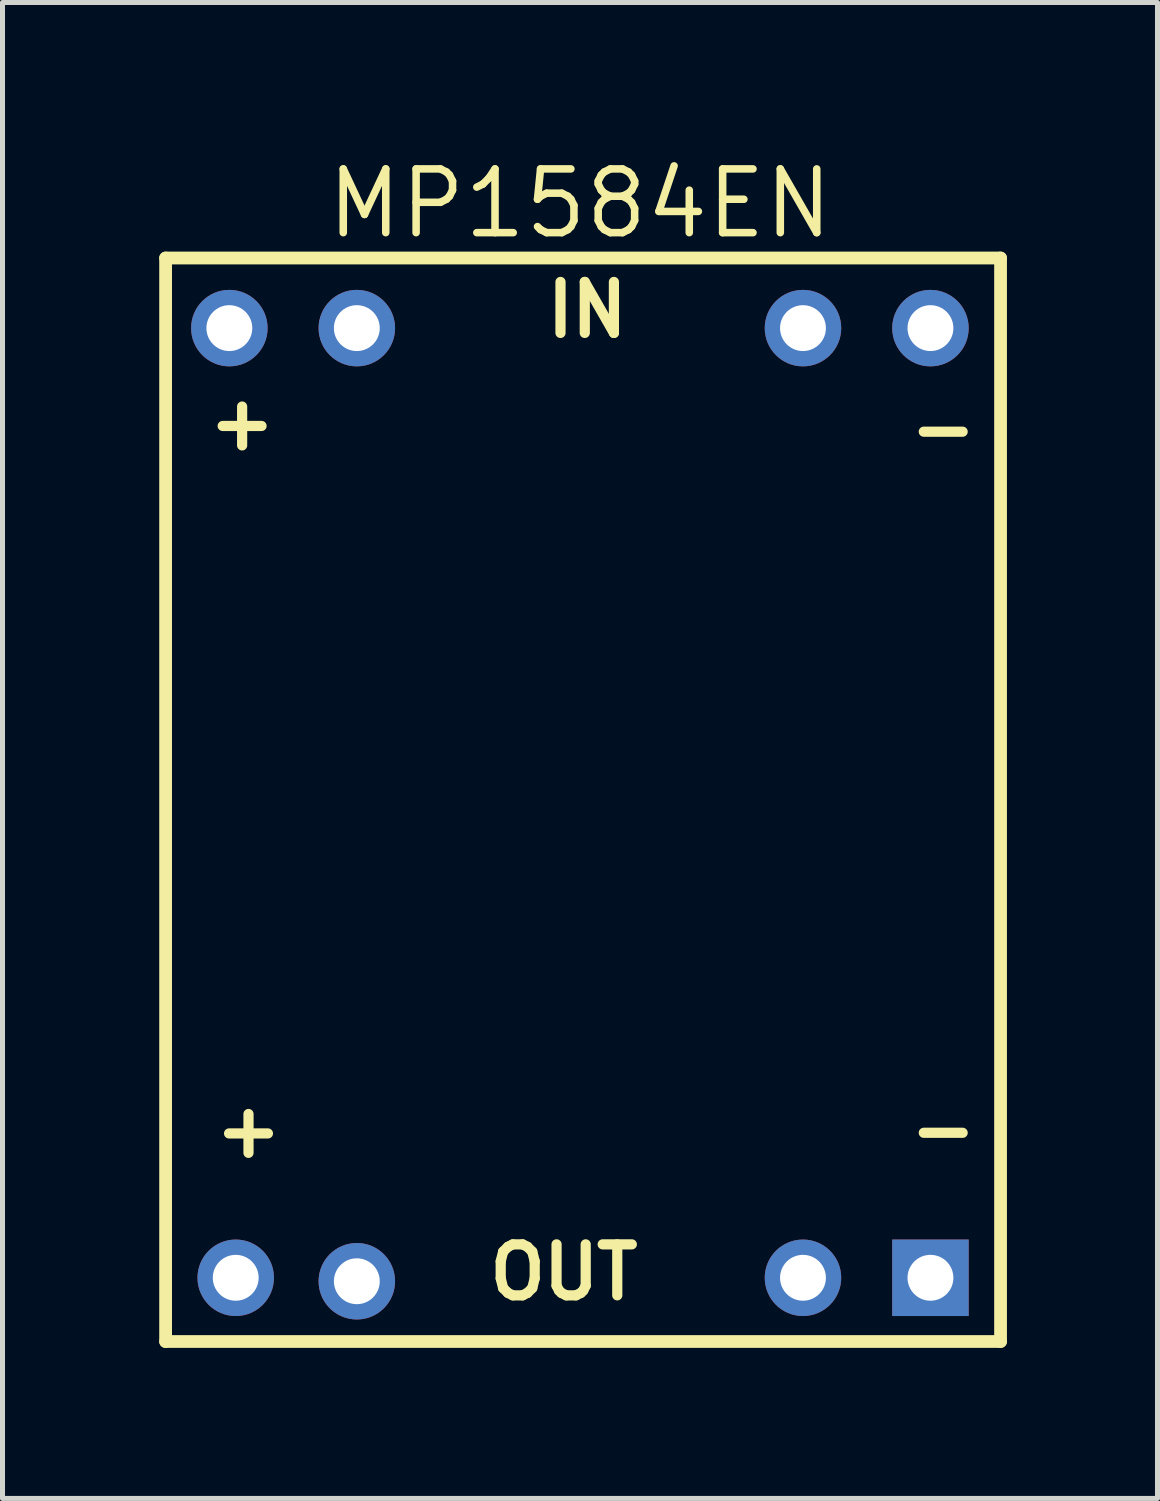
<source format=kicad_pcb>
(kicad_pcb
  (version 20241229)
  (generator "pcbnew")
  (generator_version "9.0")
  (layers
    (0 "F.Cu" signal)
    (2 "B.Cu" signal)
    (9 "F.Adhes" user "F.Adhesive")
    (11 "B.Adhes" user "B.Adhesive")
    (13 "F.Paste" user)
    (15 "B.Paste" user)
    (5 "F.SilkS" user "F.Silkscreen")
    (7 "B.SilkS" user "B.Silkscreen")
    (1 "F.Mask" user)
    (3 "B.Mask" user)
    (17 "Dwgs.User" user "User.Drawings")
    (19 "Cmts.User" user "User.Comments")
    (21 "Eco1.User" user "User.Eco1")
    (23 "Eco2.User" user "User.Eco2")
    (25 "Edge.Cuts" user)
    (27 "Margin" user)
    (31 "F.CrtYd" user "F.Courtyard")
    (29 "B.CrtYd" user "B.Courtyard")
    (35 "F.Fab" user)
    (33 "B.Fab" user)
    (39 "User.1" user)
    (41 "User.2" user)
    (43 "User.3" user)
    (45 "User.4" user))
  (footprint "MP1584EN"
    (layer "F.Cu")
    (at 0.25 2.091)
    (property "Reference" "MP1584EN" (at 8.257 -1.085 0) (layer "F.SilkS") (effects (font (size 1.27 1.27) (thickness 0.15))))
    (attr through_hole)
    (fp_line (start 0 0) (end 16.637 0) (stroke (width 0.254) (type default)) (layer "F.SilkS"))
    (fp_line (start 0 21.59) (end 0 0) (stroke (width 0.254) (type default)) (layer "F.SilkS"))
    (fp_line (start 16.637 0) (end 16.637 21.59) (stroke (width 0.254) (type default)) (layer "F.SilkS"))
    (fp_line (start 16.637 21.59) (end 0 21.59) (stroke (width 0.254) (type default)) (layer "F.SilkS"))
    (fp_text user "-" (at 14.732 16.764 0) (unlocked yes) (layer "F.SilkS") (effects (font (size 1.016 1.016) (thickness 0.203)) (justify left top)))
    (fp_text user "OUT" (at 6.35 19.616 0) (unlocked yes) (layer "F.SilkS") (effects (font (size 1.016 1.016) (thickness 0.203)) (justify left top)))
    (fp_text user "-" (at 14.732 2.794 0) (unlocked yes) (layer "F.SilkS") (effects (font (size 1.016 1.016) (thickness 0.203)) (justify left top)))
    (fp_text user "+" (at 0.762 2.68 0) (unlocked yes) (layer "F.SilkS") (effects (font (size 1.016 1.016) (thickness 0.203)) (justify left top)))
    (fp_text user "IN" (at 7.493 0.439 0) (unlocked yes) (layer "F.SilkS") (effects (font (size 1.016 1.016) (thickness 0.203)) (justify left top)))
    (fp_text user "+" (at 0.889 16.777 0) (unlocked yes) (layer "F.SilkS") (effects (font (size 1.016 1.016) (thickness 0.203)) (justify left top)))
    (pad "1" thru_hole rect (at 15.24 20.32) (size 1.524 1.524) (drill 0.914) (layers "*.Cu" "*.Mask"))
    (pad "2" thru_hole oval (at 12.7 20.32) (size 1.524 1.524) (drill 0.914) (layers "*.Cu" "*.Mask"))
    (pad "3" thru_hole oval (at 3.81 20.389) (size 1.524 1.524) (drill 0.914) (layers "*.Cu" "*.Mask"))
    (pad "4" thru_hole oval (at 1.397 20.32) (size 1.524 1.524) (drill 0.914) (layers "*.Cu" "*.Mask"))
    (pad "5" thru_hole oval (at 1.27 1.397) (size 1.524 1.524) (drill 0.914) (layers "*.Cu" "*.Mask"))
    (pad "6" thru_hole oval (at 3.81 1.397) (size 1.524 1.524) (drill 0.914) (layers "*.Cu" "*.Mask"))
    (pad "7" thru_hole oval (at 12.7 1.397) (size 1.524 1.524) (drill 0.914) (layers "*.Cu" "*.Mask"))
    (pad "8" thru_hole oval (at 15.24 1.397) (size 1.524 1.524) (drill 0.914) (layers "*.Cu" "*.Mask")))
  (gr_rect
    (start -3 -3)
    (end 20.014 26.808)
    (stroke (width 0.1) (type default))
    (fill no)
    (layer "Edge.Cuts")))
</source>
